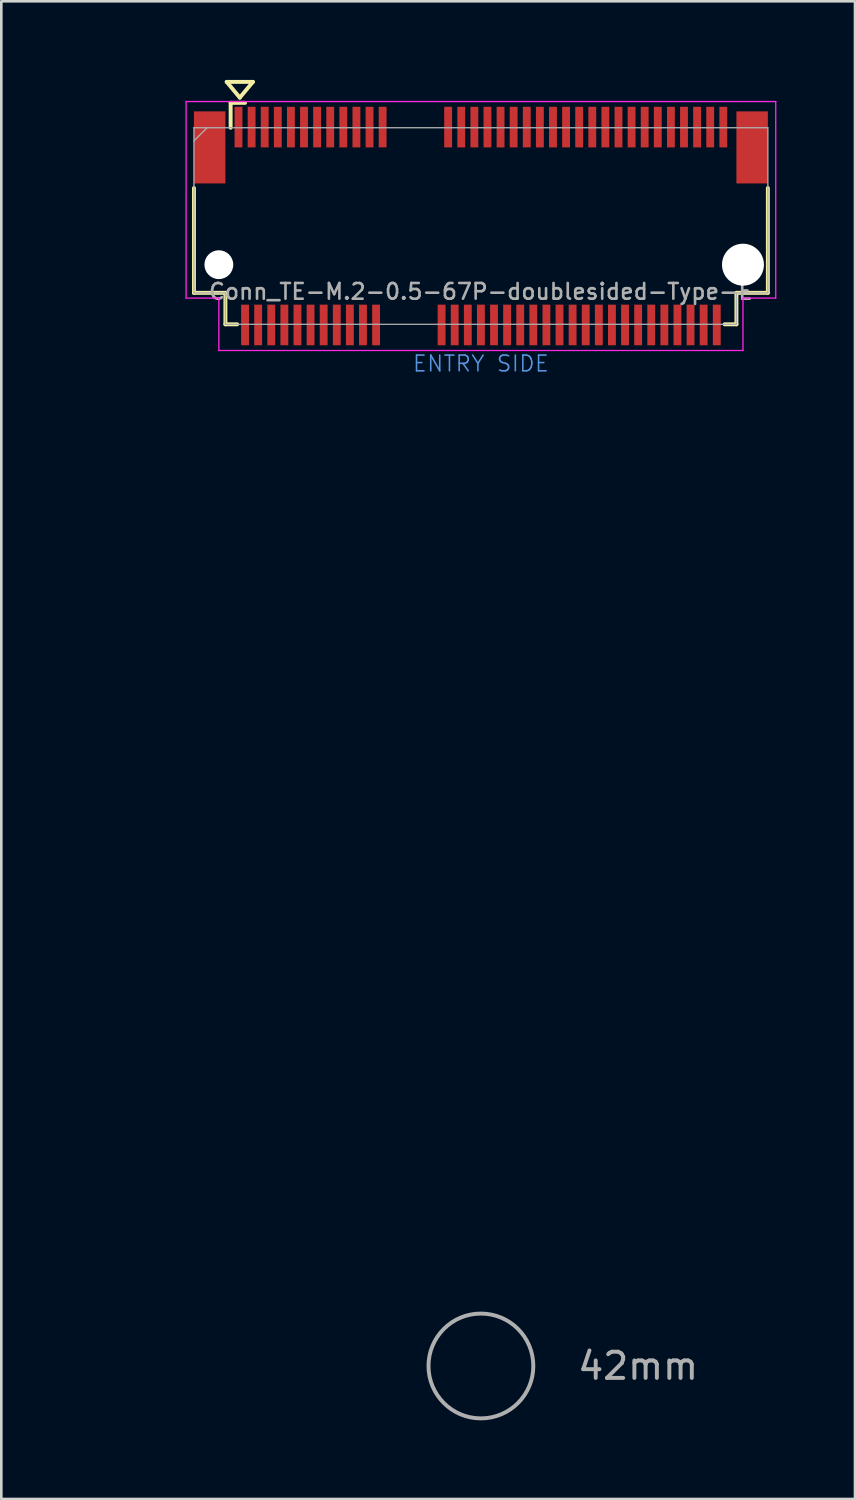
<source format=kicad_pcb>
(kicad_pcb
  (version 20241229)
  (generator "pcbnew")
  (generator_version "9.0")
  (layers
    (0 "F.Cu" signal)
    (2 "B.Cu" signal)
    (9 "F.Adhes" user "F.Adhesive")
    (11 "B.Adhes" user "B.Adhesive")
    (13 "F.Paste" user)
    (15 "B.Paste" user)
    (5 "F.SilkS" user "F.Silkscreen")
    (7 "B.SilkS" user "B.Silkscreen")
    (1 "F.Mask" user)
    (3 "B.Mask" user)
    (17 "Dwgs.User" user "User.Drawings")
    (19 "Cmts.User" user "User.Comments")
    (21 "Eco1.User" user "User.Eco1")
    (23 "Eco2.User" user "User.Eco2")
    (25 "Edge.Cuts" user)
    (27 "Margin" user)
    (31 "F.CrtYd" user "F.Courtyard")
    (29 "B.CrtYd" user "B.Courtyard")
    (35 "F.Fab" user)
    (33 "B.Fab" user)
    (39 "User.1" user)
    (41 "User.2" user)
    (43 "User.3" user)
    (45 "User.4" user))
  (footprint "Conn_TE-M.2-0.5-67P-doublesided-Type-E"
    (layer "F.Cu")
    (at 15.301 7.075)
    (property "Reference" "Conn_TE-M.2-0.5-67P-doublesided-Type-E" (at 0 1 0) (layer "F.Fab") (effects (font (size 0.6 0.6) (thickness 0.1))))
    (attr through_hole)
    (fp_line (start -10.95 1.05) (end -10.95 -2.95) (stroke (width 0.15) (type solid)) (layer "F.SilkS"))
    (fp_line (start -9.75 1.05) (end -10.95 1.05) (stroke (width 0.15) (type solid)) (layer "F.SilkS"))
    (fp_line (start -9.75 2.25) (end -9.75 1.05) (stroke (width 0.15) (type solid)) (layer "F.SilkS"))
    (fp_line (start -9.7 -7) (end -9.2 -6.4) (stroke (width 0.15) (type solid)) (layer "F.SilkS"))
    (fp_line (start -9.55 -6.2) (end -9 -6.2) (stroke (width 0.15) (type solid)) (layer "F.SilkS"))
    (fp_line (start -9.55 -5.25) (end -9.55 -6.2) (stroke (width 0.15) (type solid)) (layer "F.SilkS"))
    (fp_line (start -9.3 2.25) (end -9.75 2.25) (stroke (width 0.15) (type solid)) (layer "F.SilkS"))
    (fp_line (start -9.2 -6.4) (end -8.7 -7) (stroke (width 0.15) (type solid)) (layer "F.SilkS"))
    (fp_line (start -8.7 -7) (end -9.7 -7) (stroke (width 0.15) (type solid)) (layer "F.SilkS"))
    (fp_line (start 9.75 1.05) (end 9.75 2.25) (stroke (width 0.15) (type solid)) (layer "F.SilkS"))
    (fp_line (start 9.75 2.25) (end 9.3 2.25) (stroke (width 0.15) (type solid)) (layer "F.SilkS"))
    (fp_line (start 10.95 1.05) (end 9.75 1.05) (stroke (width 0.15) (type solid)) (layer "F.SilkS"))
    (fp_line (start 10.95 1.05) (end 10.95 -2.95) (stroke (width 0.15) (type solid)) (layer "F.SilkS"))
    (fp_line (start -11.25 -6.25) (end 11.25 -6.25) (stroke (width 0.05) (type solid)) (layer "F.CrtYd"))
    (fp_line (start -11.25 1.25) (end -11.25 -6.25) (stroke (width 0.05) (type solid)) (layer "F.CrtYd"))
    (fp_line (start -10 1.25) (end -11.25 1.25) (stroke (width 0.05) (type solid)) (layer "F.CrtYd"))
    (fp_line (start -10 3.25) (end -10 1.25) (stroke (width 0.05) (type solid)) (layer "F.CrtYd"))
    (fp_line (start 10 1.25) (end 10 3.25) (stroke (width 0.05) (type solid)) (layer "F.CrtYd"))
    (fp_line (start 10 3.25) (end -10 3.25) (stroke (width 0.05) (type solid)) (layer "F.CrtYd"))
    (fp_line (start 11.25 -6.25) (end 11.25 1.25) (stroke (width 0.05) (type solid)) (layer "F.CrtYd"))
    (fp_line (start 11.25 1.25) (end 10 1.25) (stroke (width 0.05) (type solid)) (layer "F.CrtYd"))
    (fp_line (start -10.95 -5.25) (end -10.95 1.05) (stroke (width 0.05) (type solid)) (layer "F.Fab"))
    (fp_line (start -10.95 -5.25) (end 10.95 -5.25) (stroke (width 0.05) (type solid)) (layer "F.Fab"))
    (fp_line (start -10.95 -4.75) (end -10.45 -5.25) (stroke (width 0.05) (type solid)) (layer "F.Fab"))
    (fp_line (start -10.95 1.05) (end -9.75 1.05) (stroke (width 0.05) (type solid)) (layer "F.Fab"))
    (fp_line (start -9.75 1.05) (end -9.75 2.25) (stroke (width 0.05) (type solid)) (layer "F.Fab"))
    (fp_line (start -9.75 2.25) (end 9.75 2.25) (stroke (width 0.05) (type solid)) (layer "F.Fab"))
    (fp_line (start 9.75 1.05) (end 9.75 2.25) (stroke (width 0.05) (type solid)) (layer "F.Fab"))
    (fp_line (start 10.95 1.05) (end 9.75 1.05) (stroke (width 0.05) (type solid)) (layer "F.Fab"))
    (fp_line (start 10.95 1.05) (end 10.95 -5.25) (stroke (width 0.05) (type solid)) (layer "F.Fab"))
    (fp_circle (center 0 42) (end 2 42) (stroke (width 0.15) (type solid)) (fill no) (layer "F.Fab"))
    (fp_text user "ENTRY SIDE" (at 0 3.75 0) (layer "Cmts.User") (effects (font (size 0.6 0.6) (thickness 0.06))))
    (fp_text user "${REFERENCE}" (at -10.1 -4.8 0) (layer "Eco1.User") (effects (font (size 0.3 0.3) (thickness 0.03))))
    (fp_text user "42mm" (at 6 42 0) (layer "F.Fab") (effects (font (size 1 1) (thickness 0.15))))
    (pad "" smd rect (at -10.35 -4.5) (size 1.2 2.75) (layers "F.Cu" "F.Mask" "F.Paste"))
    (pad "" np_thru_hole circle (at -10 -0.025) (size 1.1 1.1) (drill 1.1) (layers "*.Cu"))
    (pad "" np_thru_hole circle (at 10 -0.025) (size 1.6 1.6) (drill 1.6) (layers "*.Cu"))
    (pad "" smd rect (at 10.35 -4.5) (size 1.2 2.75) (layers "F.Cu" "F.Mask" "F.Paste"))
    (pad "1" smd rect (at -9.25 -5.275) (size 0.3 1.55) (layers "F.Cu" "F.Mask" "F.Paste"))
    (pad "2" smd rect (at -9 2.275) (size 0.3 1.55) (layers "F.Cu" "F.Mask" "F.Paste"))
    (pad "3" smd rect (at -8.75 -5.275) (size 0.3 1.55) (layers "F.Cu" "F.Mask" "F.Paste"))
    (pad "4" smd rect (at -8.5 2.275) (size 0.3 1.55) (layers "F.Cu" "F.Mask" "F.Paste"))
    (pad "5" smd rect (at -8.25 -5.275) (size 0.3 1.55) (layers "F.Cu" "F.Mask" "F.Paste"))
    (pad "6" smd rect (at -8 2.275) (size 0.3 1.55) (layers "F.Cu" "F.Mask" "F.Paste"))
    (pad "7" smd rect (at -7.75 -5.275) (size 0.3 1.55) (layers "F.Cu" "F.Mask" "F.Paste"))
    (pad "8" smd rect (at -7.5 2.275) (size 0.3 1.55) (layers "F.Cu" "F.Mask" "F.Paste"))
    (pad "9" smd rect (at -7.25 -5.275) (size 0.3 1.55) (layers "F.Cu" "F.Mask" "F.Paste"))
    (pad "10" smd rect (at -7 2.275) (size 0.3 1.55) (layers "F.Cu" "F.Mask" "F.Paste"))
    (pad "11" smd rect (at -6.75 -5.275) (size 0.3 1.55) (layers "F.Cu" "F.Mask" "F.Paste"))
    (pad "12" smd rect (at -6.5 2.275) (size 0.3 1.55) (layers "F.Cu" "F.Mask" "F.Paste"))
    (pad "13" smd rect (at -6.25 -5.275) (size 0.3 1.55) (layers "F.Cu" "F.Mask" "F.Paste"))
    (pad "14" smd rect (at -6 2.275) (size 0.3 1.55) (layers "F.Cu" "F.Mask" "F.Paste"))
    (pad "15" smd rect (at -5.75 -5.275) (size 0.3 1.55) (layers "F.Cu" "F.Mask" "F.Paste"))
    (pad "16" smd rect (at -5.5 2.275) (size 0.3 1.55) (layers "F.Cu" "F.Mask" "F.Paste"))
    (pad "17" smd rect (at -5.25 -5.275) (size 0.3 1.55) (layers "F.Cu" "F.Mask" "F.Paste"))
    (pad "18" smd rect (at -5 2.275) (size 0.3 1.55) (layers "F.Cu" "F.Mask" "F.Paste"))
    (pad "19" smd rect (at -4.75 -5.275) (size 0.3 1.55) (layers "F.Cu" "F.Mask" "F.Paste"))
    (pad "20" smd rect (at -4.5 2.275) (size 0.3 1.55) (layers "F.Cu" "F.Mask" "F.Paste"))
    (pad "21" smd rect (at -4.25 -5.275) (size 0.3 1.55) (layers "F.Cu" "F.Mask" "F.Paste"))
    (pad "22" smd rect (at -4 2.275) (size 0.3 1.55) (layers "F.Cu" "F.Mask" "F.Paste"))
    (pad "23" smd rect (at -3.75 -5.275) (size 0.3 1.55) (layers "F.Cu" "F.Mask" "F.Paste"))
    (pad "32" smd rect (at -1.5 2.275) (size 0.3 1.55) (layers "F.Cu" "F.Mask" "F.Paste"))
    (pad "33" smd rect (at -1.25 -5.275) (size 0.3 1.55) (layers "F.Cu" "F.Mask" "F.Paste"))
    (pad "34" smd rect (at -1 2.275) (size 0.3 1.55) (layers "F.Cu" "F.Mask" "F.Paste"))
    (pad "35" smd rect (at -0.75 -5.275) (size 0.3 1.55) (layers "F.Cu" "F.Mask" "F.Paste"))
    (pad "36" smd rect (at -0.5 2.275) (size 0.3 1.55) (layers "F.Cu" "F.Mask" "F.Paste"))
    (pad "37" smd rect (at -0.25 -5.275) (size 0.3 1.55) (layers "F.Cu" "F.Mask" "F.Paste"))
    (pad "38" smd rect (at 0 2.275) (size 0.3 1.55) (layers "F.Cu" "F.Mask" "F.Paste"))
    (pad "39" smd rect (at 0.25 -5.275) (size 0.3 1.55) (layers "F.Cu" "F.Mask" "F.Paste"))
    (pad "40" smd rect (at 0.5 2.275) (size 0.3 1.55) (layers "F.Cu" "F.Mask" "F.Paste"))
    (pad "41" smd rect (at 0.75 -5.275) (size 0.3 1.55) (layers "F.Cu" "F.Mask" "F.Paste"))
    (pad "42" smd rect (at 1 2.275) (size 0.3 1.55) (layers "F.Cu" "F.Mask" "F.Paste"))
    (pad "43" smd rect (at 1.25 -5.275) (size 0.3 1.55) (layers "F.Cu" "F.Mask" "F.Paste"))
    (pad "44" smd rect (at 1.5 2.275) (size 0.3 1.55) (layers "F.Cu" "F.Mask" "F.Paste"))
    (pad "45" smd rect (at 1.75 -5.275) (size 0.3 1.55) (layers "F.Cu" "F.Mask" "F.Paste"))
    (pad "46" smd rect (at 2 2.275) (size 0.3 1.55) (layers "F.Cu" "F.Mask" "F.Paste"))
    (pad "47" smd rect (at 2.25 -5.275) (size 0.3 1.55) (layers "F.Cu" "F.Mask" "F.Paste"))
    (pad "48" smd rect (at 2.5 2.275) (size 0.3 1.55) (layers "F.Cu" "F.Mask" "F.Paste"))
    (pad "49" smd rect (at 2.75 -5.275) (size 0.3 1.55) (layers "F.Cu" "F.Mask" "F.Paste"))
    (pad "50" smd rect (at 3 2.275) (size 0.3 1.55) (layers "F.Cu" "F.Mask" "F.Paste"))
    (pad "51" smd rect (at 3.25 -5.275) (size 0.3 1.55) (layers "F.Cu" "F.Mask" "F.Paste"))
    (pad "52" smd rect (at 3.5 2.275) (size 0.3 1.55) (layers "F.Cu" "F.Mask" "F.Paste"))
    (pad "53" smd rect (at 3.75 -5.275) (size 0.3 1.55) (layers "F.Cu" "F.Mask" "F.Paste"))
    (pad "54" smd rect (at 4 2.275) (size 0.3 1.55) (layers "F.Cu" "F.Mask" "F.Paste"))
    (pad "55" smd rect (at 4.25 -5.275) (size 0.3 1.55) (layers "F.Cu" "F.Mask" "F.Paste"))
    (pad "56" smd rect (at 4.5 2.275) (size 0.3 1.55) (layers "F.Cu" "F.Mask" "F.Paste"))
    (pad "57" smd rect (at 4.75 -5.275) (size 0.3 1.55) (layers "F.Cu" "F.Mask" "F.Paste"))
    (pad "58" smd rect (at 5 2.275) (size 0.3 1.55) (layers "F.Cu" "F.Mask" "F.Paste"))
    (pad "59" smd rect (at 5.25 -5.275) (size 0.3 1.55) (layers "F.Cu" "F.Mask" "F.Paste"))
    (pad "60" smd rect (at 5.5 2.275) (size 0.3 1.55) (layers "F.Cu" "F.Mask" "F.Paste"))
    (pad "61" smd rect (at 5.75 -5.275) (size 0.3 1.55) (layers "F.Cu" "F.Mask" "F.Paste"))
    (pad "62" smd rect (at 6 2.275) (size 0.3 1.55) (layers "F.Cu" "F.Mask" "F.Paste"))
    (pad "63" smd rect (at 6.25 -5.275) (size 0.3 1.55) (layers "F.Cu" "F.Mask" "F.Paste"))
    (pad "64" smd rect (at 6.5 2.275) (size 0.3 1.55) (layers "F.Cu" "F.Mask" "F.Paste"))
    (pad "65" smd rect (at 6.75 -5.275) (size 0.3 1.55) (layers "F.Cu" "F.Mask" "F.Paste"))
    (pad "66" smd rect (at 7 2.275) (size 0.3 1.55) (layers "F.Cu" "F.Mask" "F.Paste"))
    (pad "67" smd rect (at 7.25 -5.275) (size 0.3 1.55) (layers "F.Cu" "F.Mask" "F.Paste"))
    (pad "68" smd rect (at 7.5 2.275) (size 0.3 1.55) (layers "F.Cu" "F.Mask" "F.Paste"))
    (pad "69" smd rect (at 7.75 -5.275) (size 0.3 1.55) (layers "F.Cu" "F.Mask" "F.Paste"))
    (pad "70" smd rect (at 8 2.275) (size 0.3 1.55) (layers "F.Cu" "F.Mask" "F.Paste"))
    (pad "71" smd rect (at 8.25 -5.275) (size 0.3 1.55) (layers "F.Cu" "F.Mask" "F.Paste"))
    (pad "72" smd rect (at 8.5 2.275) (size 0.3 1.55) (layers "F.Cu" "F.Mask" "F.Paste"))
    (pad "73" smd rect (at 8.75 -5.275) (size 0.3 1.55) (layers "F.Cu" "F.Mask" "F.Paste"))
    (pad "74" smd rect (at 9 2.275) (size 0.3 1.55) (layers "F.Cu" "F.Mask" "F.Paste"))
    (pad "75" smd rect (at 9.25 -5.275) (size 0.3 1.55) (layers "F.Cu" "F.Mask" "F.Paste")))
  (gr_rect
    (start -3 -3)
    (end 29.576 54.15)
    (stroke (width 0.1) (type default))
    (fill no)
    (layer "Edge.Cuts")))
</source>
